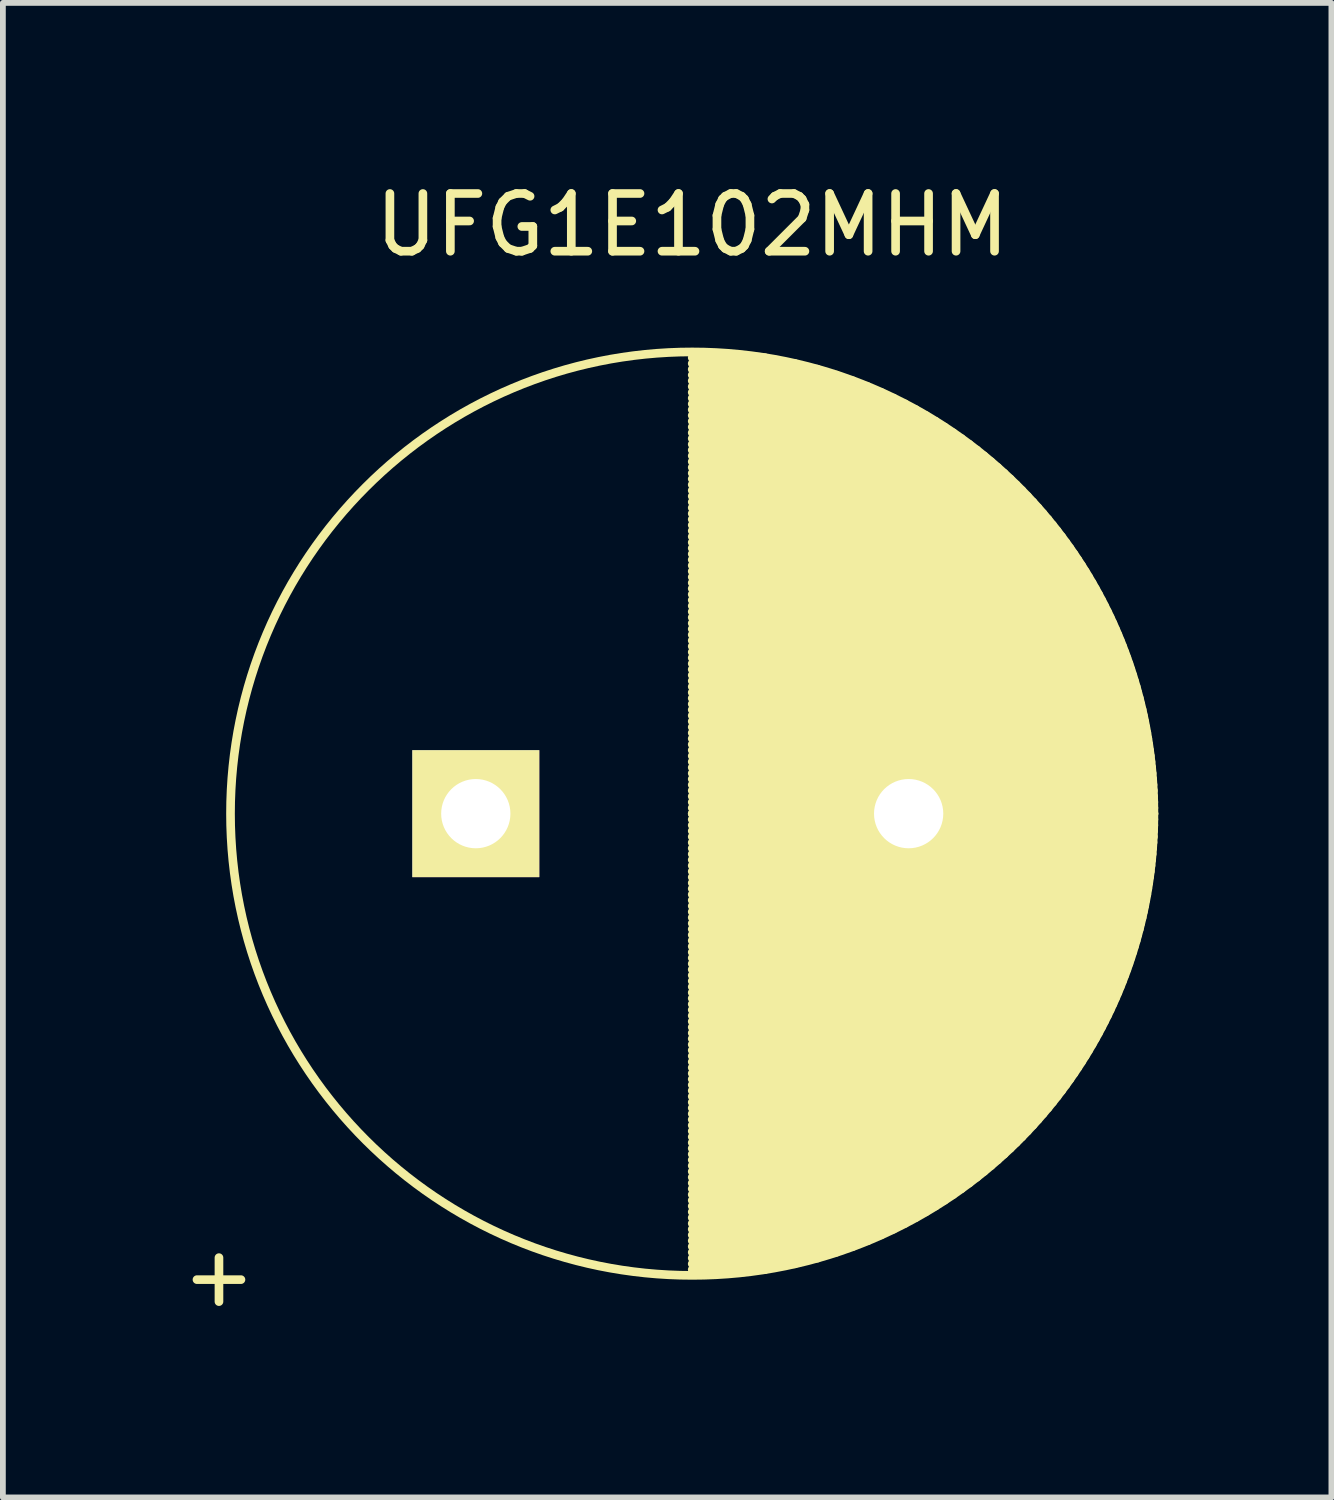
<source format=kicad_pcb>
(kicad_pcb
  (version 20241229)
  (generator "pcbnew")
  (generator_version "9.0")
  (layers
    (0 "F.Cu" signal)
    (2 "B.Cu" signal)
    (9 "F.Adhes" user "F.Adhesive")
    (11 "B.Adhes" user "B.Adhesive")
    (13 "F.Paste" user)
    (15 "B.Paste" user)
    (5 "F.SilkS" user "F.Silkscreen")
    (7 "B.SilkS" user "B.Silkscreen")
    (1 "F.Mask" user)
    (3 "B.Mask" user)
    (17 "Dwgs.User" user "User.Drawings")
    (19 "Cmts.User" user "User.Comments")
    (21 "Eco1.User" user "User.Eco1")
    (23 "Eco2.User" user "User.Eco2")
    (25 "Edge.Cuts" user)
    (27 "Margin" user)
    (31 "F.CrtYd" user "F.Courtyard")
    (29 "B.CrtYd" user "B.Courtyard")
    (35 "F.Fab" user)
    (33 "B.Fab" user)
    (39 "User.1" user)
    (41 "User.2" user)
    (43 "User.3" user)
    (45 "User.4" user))
  (footprint "UFG1E102MHM"
    (layer "F.Cu")
    (at 5.194 11.048)
    (property "Reference" "UFG1E102MHM" (at 3.75 -10.2 0) (layer "F.SilkS") (effects (font (size 1 1) (thickness 0.15))))
    (attr through_hole)
    (fp_line (start 3.75 -7.9) (end 5.011 -7.9) (stroke (width 0.15) (type solid)) (layer "F.SilkS"))
    (fp_line (start 3.75 -7.8) (end 5.528 -7.8) (stroke (width 0.15) (type solid)) (layer "F.SilkS"))
    (fp_line (start 3.75 -7.7) (end 5.92 -7.7) (stroke (width 0.15) (type solid)) (layer "F.SilkS"))
    (fp_line (start 3.75 -7.6) (end 6.248 -7.6) (stroke (width 0.15) (type solid)) (layer "F.SilkS"))
    (fp_line (start 3.75 -7.5) (end 6.534 -7.5) (stroke (width 0.15) (type solid)) (layer "F.SilkS"))
    (fp_line (start 3.75 -7.4) (end 6.79 -7.4) (stroke (width 0.15) (type solid)) (layer "F.SilkS"))
    (fp_line (start 3.75 -7.3) (end 7.023 -7.3) (stroke (width 0.15) (type solid)) (layer "F.SilkS"))
    (fp_line (start 3.75 -7.2) (end 7.237 -7.2) (stroke (width 0.15) (type solid)) (layer "F.SilkS"))
    (fp_line (start 3.75 -7.1) (end 7.436 -7.1) (stroke (width 0.15) (type solid)) (layer "F.SilkS"))
    (fp_line (start 3.75 -7) (end 7.623 -7) (stroke (width 0.15) (type solid)) (layer "F.SilkS"))
    (fp_line (start 3.75 -6.9) (end 7.798 -6.9) (stroke (width 0.15) (type solid)) (layer "F.SilkS"))
    (fp_line (start 3.75 -6.8) (end 7.964 -6.8) (stroke (width 0.15) (type solid)) (layer "F.SilkS"))
    (fp_line (start 3.75 -6.7) (end 8.121 -6.7) (stroke (width 0.15) (type solid)) (layer "F.SilkS"))
    (fp_line (start 3.75 -6.6) (end 8.271 -6.6) (stroke (width 0.15) (type solid)) (layer "F.SilkS"))
    (fp_line (start 3.75 -6.5) (end 8.414 -6.5) (stroke (width 0.15) (type solid)) (layer "F.SilkS"))
    (fp_line (start 3.75 -6.4) (end 8.55 -6.4) (stroke (width 0.15) (type solid)) (layer "F.SilkS"))
    (fp_line (start 3.75 -6.3) (end 8.681 -6.3) (stroke (width 0.15) (type solid)) (layer "F.SilkS"))
    (fp_line (start 3.75 -6.2) (end 8.806 -6.2) (stroke (width 0.15) (type solid)) (layer "F.SilkS"))
    (fp_line (start 3.75 -6.1) (end 8.926 -6.1) (stroke (width 0.15) (type solid)) (layer "F.SilkS"))
    (fp_line (start 3.75 -6) (end 9.042 -6) (stroke (width 0.15) (type solid)) (layer "F.SilkS"))
    (fp_line (start 3.75 -5.9) (end 9.153 -5.9) (stroke (width 0.15) (type solid)) (layer "F.SilkS"))
    (fp_line (start 3.75 -5.8) (end 9.26 -5.8) (stroke (width 0.15) (type solid)) (layer "F.SilkS"))
    (fp_line (start 3.75 -5.7) (end 9.363 -5.7) (stroke (width 0.15) (type solid)) (layer "F.SilkS"))
    (fp_line (start 3.75 -5.6) (end 9.463 -5.6) (stroke (width 0.15) (type solid)) (layer "F.SilkS"))
    (fp_line (start 3.75 -5.5) (end 9.559 -5.5) (stroke (width 0.15) (type solid)) (layer "F.SilkS"))
    (fp_line (start 3.75 -5.4) (end 9.653 -5.4) (stroke (width 0.15) (type solid)) (layer "F.SilkS"))
    (fp_line (start 3.75 -5.3) (end 9.742 -5.3) (stroke (width 0.15) (type solid)) (layer "F.SilkS"))
    (fp_line (start 3.75 -5.2) (end 9.829 -5.2) (stroke (width 0.15) (type solid)) (layer "F.SilkS"))
    (fp_line (start 3.75 -5.1) (end 9.914 -5.1) (stroke (width 0.15) (type solid)) (layer "F.SilkS"))
    (fp_line (start 3.75 -5) (end 9.995 -5) (stroke (width 0.15) (type solid)) (layer "F.SilkS"))
    (fp_line (start 3.75 -4.9) (end 10.074 -4.9) (stroke (width 0.15) (type solid)) (layer "F.SilkS"))
    (fp_line (start 3.75 -4.8) (end 10.15 -4.8) (stroke (width 0.15) (type solid)) (layer "F.SilkS"))
    (fp_line (start 3.75 -4.7) (end 10.224 -4.7) (stroke (width 0.15) (type solid)) (layer "F.SilkS"))
    (fp_line (start 3.75 -4.6) (end 10.295 -4.6) (stroke (width 0.15) (type solid)) (layer "F.SilkS"))
    (fp_line (start 3.75 -4.5) (end 10.364 -4.5) (stroke (width 0.15) (type solid)) (layer "F.SilkS"))
    (fp_line (start 3.75 -4.4) (end 10.431 -4.4) (stroke (width 0.15) (type solid)) (layer "F.SilkS"))
    (fp_line (start 3.75 -4.3) (end 10.496 -4.3) (stroke (width 0.15) (type solid)) (layer "F.SilkS"))
    (fp_line (start 3.75 -4.2) (end 10.559 -4.2) (stroke (width 0.15) (type solid)) (layer "F.SilkS"))
    (fp_line (start 3.75 -4.1) (end 10.619 -4.1) (stroke (width 0.15) (type solid)) (layer "F.SilkS"))
    (fp_line (start 3.75 -4) (end 10.678 -4) (stroke (width 0.15) (type solid)) (layer "F.SilkS"))
    (fp_line (start 3.75 -3.9) (end 10.735 -3.9) (stroke (width 0.15) (type solid)) (layer "F.SilkS"))
    (fp_line (start 3.75 -3.8) (end 10.79 -3.8) (stroke (width 0.15) (type solid)) (layer "F.SilkS"))
    (fp_line (start 3.75 -3.7) (end 10.843 -3.7) (stroke (width 0.15) (type solid)) (layer "F.SilkS"))
    (fp_line (start 3.75 -3.6) (end 10.894 -3.6) (stroke (width 0.15) (type solid)) (layer "F.SilkS"))
    (fp_line (start 3.75 -3.5) (end 10.944 -3.5) (stroke (width 0.15) (type solid)) (layer "F.SilkS"))
    (fp_line (start 3.75 -3.4) (end 10.992 -3.4) (stroke (width 0.15) (type solid)) (layer "F.SilkS"))
    (fp_line (start 3.75 -3.3) (end 11.038 -3.3) (stroke (width 0.15) (type solid)) (layer "F.SilkS"))
    (fp_line (start 3.75 -3.2) (end 11.082 -3.2) (stroke (width 0.15) (type solid)) (layer "F.SilkS"))
    (fp_line (start 3.75 -3.1) (end 11.125 -3.1) (stroke (width 0.15) (type solid)) (layer "F.SilkS"))
    (fp_line (start 3.75 -3) (end 11.166 -3) (stroke (width 0.15) (type solid)) (layer "F.SilkS"))
    (fp_line (start 3.75 -2.9) (end 11.206 -2.9) (stroke (width 0.15) (type solid)) (layer "F.SilkS"))
    (fp_line (start 3.75 -2.8) (end 11.244 -2.8) (stroke (width 0.15) (type solid)) (layer "F.SilkS"))
    (fp_line (start 3.75 -2.7) (end 11.281 -2.7) (stroke (width 0.15) (type solid)) (layer "F.SilkS"))
    (fp_line (start 3.75 -2.6) (end 11.316 -2.6) (stroke (width 0.15) (type solid)) (layer "F.SilkS"))
    (fp_line (start 3.75 -2.5) (end 11.349 -2.5) (stroke (width 0.15) (type solid)) (layer "F.SilkS"))
    (fp_line (start 3.75 -2.4) (end 11.382 -2.4) (stroke (width 0.15) (type solid)) (layer "F.SilkS"))
    (fp_line (start 3.75 -2.3) (end 11.412 -2.3) (stroke (width 0.15) (type solid)) (layer "F.SilkS"))
    (fp_line (start 3.75 -2.2) (end 11.442 -2.2) (stroke (width 0.15) (type solid)) (layer "F.SilkS"))
    (fp_line (start 3.75 -2.1) (end 11.469 -2.1) (stroke (width 0.15) (type solid)) (layer "F.SilkS"))
    (fp_line (start 3.75 -2) (end 11.496 -2) (stroke (width 0.15) (type solid)) (layer "F.SilkS"))
    (fp_line (start 3.75 -1.9) (end 11.521 -1.9) (stroke (width 0.15) (type solid)) (layer "F.SilkS"))
    (fp_line (start 3.75 -1.8) (end 11.545 -1.8) (stroke (width 0.15) (type solid)) (layer "F.SilkS"))
    (fp_line (start 3.75 -1.7) (end 11.567 -1.7) (stroke (width 0.15) (type solid)) (layer "F.SilkS"))
    (fp_line (start 3.75 -1.6) (end 11.588 -1.6) (stroke (width 0.15) (type solid)) (layer "F.SilkS"))
    (fp_line (start 3.75 -1.5) (end 11.608 -1.5) (stroke (width 0.15) (type solid)) (layer "F.SilkS"))
    (fp_line (start 3.75 -1.4) (end 11.627 -1.4) (stroke (width 0.15) (type solid)) (layer "F.SilkS"))
    (fp_line (start 3.75 -1.3) (end 11.644 -1.3) (stroke (width 0.15) (type solid)) (layer "F.SilkS"))
    (fp_line (start 3.75 -1.2) (end 11.659 -1.2) (stroke (width 0.15) (type solid)) (layer "F.SilkS"))
    (fp_line (start 3.75 -1.1) (end 11.674 -1.1) (stroke (width 0.15) (type solid)) (layer "F.SilkS"))
    (fp_line (start 3.75 -1) (end 11.687 -1) (stroke (width 0.15) (type solid)) (layer "F.SilkS"))
    (fp_line (start 3.75 -0.9) (end 11.699 -0.9) (stroke (width 0.15) (type solid)) (layer "F.SilkS"))
    (fp_line (start 3.75 -0.8) (end 11.71 -0.8) (stroke (width 0.15) (type solid)) (layer "F.SilkS"))
    (fp_line (start 3.75 -0.7) (end 11.719 -0.7) (stroke (width 0.15) (type solid)) (layer "F.SilkS"))
    (fp_line (start 3.75 -0.6) (end 11.727 -0.6) (stroke (width 0.15) (type solid)) (layer "F.SilkS"))
    (fp_line (start 3.75 -0.5) (end 11.734 -0.5) (stroke (width 0.15) (type solid)) (layer "F.SilkS"))
    (fp_line (start 3.75 -0.4) (end 11.74 -0.4) (stroke (width 0.15) (type solid)) (layer "F.SilkS"))
    (fp_line (start 3.75 -0.3) (end 11.744 -0.3) (stroke (width 0.15) (type solid)) (layer "F.SilkS"))
    (fp_line (start 3.75 -0.2) (end 11.748 -0.2) (stroke (width 0.15) (type solid)) (layer "F.SilkS"))
    (fp_line (start 3.75 -0.1) (end 11.749 -0.1) (stroke (width 0.15) (type solid)) (layer "F.SilkS"))
    (fp_line (start 3.75 0) (end 11.75 0) (stroke (width 0.15) (type solid)) (layer "F.SilkS"))
    (fp_line (start 3.75 0) (end 11.75 0) (stroke (width 0.15) (type solid)) (layer "F.SilkS"))
    (fp_line (start 3.75 0.1) (end 11.749 0.1) (stroke (width 0.15) (type solid)) (layer "F.SilkS"))
    (fp_line (start 3.75 0.2) (end 11.748 0.2) (stroke (width 0.15) (type solid)) (layer "F.SilkS"))
    (fp_line (start 3.75 0.3) (end 11.744 0.3) (stroke (width 0.15) (type solid)) (layer "F.SilkS"))
    (fp_line (start 3.75 0.4) (end 11.74 0.4) (stroke (width 0.15) (type solid)) (layer "F.SilkS"))
    (fp_line (start 3.75 0.5) (end 11.734 0.5) (stroke (width 0.15) (type solid)) (layer "F.SilkS"))
    (fp_line (start 3.75 0.6) (end 11.727 0.6) (stroke (width 0.15) (type solid)) (layer "F.SilkS"))
    (fp_line (start 3.75 0.7) (end 11.719 0.7) (stroke (width 0.15) (type solid)) (layer "F.SilkS"))
    (fp_line (start 3.75 0.8) (end 11.71 0.8) (stroke (width 0.15) (type solid)) (layer "F.SilkS"))
    (fp_line (start 3.75 0.9) (end 11.699 0.9) (stroke (width 0.15) (type solid)) (layer "F.SilkS"))
    (fp_line (start 3.75 1) (end 11.687 1) (stroke (width 0.15) (type solid)) (layer "F.SilkS"))
    (fp_line (start 3.75 1.1) (end 11.674 1.1) (stroke (width 0.15) (type solid)) (layer "F.SilkS"))
    (fp_line (start 3.75 1.2) (end 11.659 1.2) (stroke (width 0.15) (type solid)) (layer "F.SilkS"))
    (fp_line (start 3.75 1.3) (end 11.644 1.3) (stroke (width 0.15) (type solid)) (layer "F.SilkS"))
    (fp_line (start 3.75 1.4) (end 11.627 1.4) (stroke (width 0.15) (type solid)) (layer "F.SilkS"))
    (fp_line (start 3.75 1.5) (end 11.608 1.5) (stroke (width 0.15) (type solid)) (layer "F.SilkS"))
    (fp_line (start 3.75 1.6) (end 11.588 1.6) (stroke (width 0.15) (type solid)) (layer "F.SilkS"))
    (fp_line (start 3.75 1.7) (end 11.567 1.7) (stroke (width 0.15) (type solid)) (layer "F.SilkS"))
    (fp_line (start 3.75 1.8) (end 11.545 1.8) (stroke (width 0.15) (type solid)) (layer "F.SilkS"))
    (fp_line (start 3.75 1.9) (end 11.521 1.9) (stroke (width 0.15) (type solid)) (layer "F.SilkS"))
    (fp_line (start 3.75 2) (end 11.496 2) (stroke (width 0.15) (type solid)) (layer "F.SilkS"))
    (fp_line (start 3.75 2.1) (end 11.469 2.1) (stroke (width 0.15) (type solid)) (layer "F.SilkS"))
    (fp_line (start 3.75 2.2) (end 11.442 2.2) (stroke (width 0.15) (type solid)) (layer "F.SilkS"))
    (fp_line (start 3.75 2.3) (end 11.412 2.3) (stroke (width 0.15) (type solid)) (layer "F.SilkS"))
    (fp_line (start 3.75 2.4) (end 11.382 2.4) (stroke (width 0.15) (type solid)) (layer "F.SilkS"))
    (fp_line (start 3.75 2.5) (end 11.349 2.5) (stroke (width 0.15) (type solid)) (layer "F.SilkS"))
    (fp_line (start 3.75 2.6) (end 11.316 2.6) (stroke (width 0.15) (type solid)) (layer "F.SilkS"))
    (fp_line (start 3.75 2.7) (end 11.281 2.7) (stroke (width 0.15) (type solid)) (layer "F.SilkS"))
    (fp_line (start 3.75 2.8) (end 11.244 2.8) (stroke (width 0.15) (type solid)) (layer "F.SilkS"))
    (fp_line (start 3.75 2.9) (end 11.206 2.9) (stroke (width 0.15) (type solid)) (layer "F.SilkS"))
    (fp_line (start 3.75 3) (end 11.166 3) (stroke (width 0.15) (type solid)) (layer "F.SilkS"))
    (fp_line (start 3.75 3.1) (end 11.125 3.1) (stroke (width 0.15) (type solid)) (layer "F.SilkS"))
    (fp_line (start 3.75 3.2) (end 11.082 3.2) (stroke (width 0.15) (type solid)) (layer "F.SilkS"))
    (fp_line (start 3.75 3.3) (end 11.038 3.3) (stroke (width 0.15) (type solid)) (layer "F.SilkS"))
    (fp_line (start 3.75 3.4) (end 10.992 3.4) (stroke (width 0.15) (type solid)) (layer "F.SilkS"))
    (fp_line (start 3.75 3.5) (end 10.944 3.5) (stroke (width 0.15) (type solid)) (layer "F.SilkS"))
    (fp_line (start 3.75 3.6) (end 10.894 3.6) (stroke (width 0.15) (type solid)) (layer "F.SilkS"))
    (fp_line (start 3.75 3.7) (end 10.843 3.7) (stroke (width 0.15) (type solid)) (layer "F.SilkS"))
    (fp_line (start 3.75 3.8) (end 10.79 3.8) (stroke (width 0.15) (type solid)) (layer "F.SilkS"))
    (fp_line (start 3.75 3.9) (end 10.735 3.9) (stroke (width 0.15) (type solid)) (layer "F.SilkS"))
    (fp_line (start 3.75 4) (end 10.678 4) (stroke (width 0.15) (type solid)) (layer "F.SilkS"))
    (fp_line (start 3.75 4.1) (end 10.619 4.1) (stroke (width 0.15) (type solid)) (layer "F.SilkS"))
    (fp_line (start 3.75 4.2) (end 10.559 4.2) (stroke (width 0.15) (type solid)) (layer "F.SilkS"))
    (fp_line (start 3.75 4.3) (end 10.496 4.3) (stroke (width 0.15) (type solid)) (layer "F.SilkS"))
    (fp_line (start 3.75 4.4) (end 10.431 4.4) (stroke (width 0.15) (type solid)) (layer "F.SilkS"))
    (fp_line (start 3.75 4.5) (end 10.364 4.5) (stroke (width 0.15) (type solid)) (layer "F.SilkS"))
    (fp_line (start 3.75 4.6) (end 10.295 4.6) (stroke (width 0.15) (type solid)) (layer "F.SilkS"))
    (fp_line (start 3.75 4.7) (end 10.224 4.7) (stroke (width 0.15) (type solid)) (layer "F.SilkS"))
    (fp_line (start 3.75 4.8) (end 10.15 4.8) (stroke (width 0.15) (type solid)) (layer "F.SilkS"))
    (fp_line (start 3.75 4.9) (end 10.074 4.9) (stroke (width 0.15) (type solid)) (layer "F.SilkS"))
    (fp_line (start 3.75 5) (end 9.995 5) (stroke (width 0.15) (type solid)) (layer "F.SilkS"))
    (fp_line (start 3.75 5.1) (end 9.914 5.1) (stroke (width 0.15) (type solid)) (layer "F.SilkS"))
    (fp_line (start 3.75 5.2) (end 9.829 5.2) (stroke (width 0.15) (type solid)) (layer "F.SilkS"))
    (fp_line (start 3.75 5.3) (end 9.742 5.3) (stroke (width 0.15) (type solid)) (layer "F.SilkS"))
    (fp_line (start 3.75 5.4) (end 9.653 5.4) (stroke (width 0.15) (type solid)) (layer "F.SilkS"))
    (fp_line (start 3.75 5.5) (end 9.559 5.5) (stroke (width 0.15) (type solid)) (layer "F.SilkS"))
    (fp_line (start 3.75 5.6) (end 9.463 5.6) (stroke (width 0.15) (type solid)) (layer "F.SilkS"))
    (fp_line (start 3.75 5.7) (end 9.363 5.7) (stroke (width 0.15) (type solid)) (layer "F.SilkS"))
    (fp_line (start 3.75 5.8) (end 9.26 5.8) (stroke (width 0.15) (type solid)) (layer "F.SilkS"))
    (fp_line (start 3.75 5.9) (end 9.153 5.9) (stroke (width 0.15) (type solid)) (layer "F.SilkS"))
    (fp_line (start 3.75 6) (end 9.042 6) (stroke (width 0.15) (type solid)) (layer "F.SilkS"))
    (fp_line (start 3.75 6.1) (end 8.926 6.1) (stroke (width 0.15) (type solid)) (layer "F.SilkS"))
    (fp_line (start 3.75 6.2) (end 8.806 6.2) (stroke (width 0.15) (type solid)) (layer "F.SilkS"))
    (fp_line (start 3.75 6.3) (end 8.681 6.3) (stroke (width 0.15) (type solid)) (layer "F.SilkS"))
    (fp_line (start 3.75 6.4) (end 8.55 6.4) (stroke (width 0.15) (type solid)) (layer "F.SilkS"))
    (fp_line (start 3.75 6.5) (end 8.414 6.5) (stroke (width 0.15) (type solid)) (layer "F.SilkS"))
    (fp_line (start 3.75 6.6) (end 8.271 6.6) (stroke (width 0.15) (type solid)) (layer "F.SilkS"))
    (fp_line (start 3.75 6.7) (end 8.121 6.7) (stroke (width 0.15) (type solid)) (layer "F.SilkS"))
    (fp_line (start 3.75 6.8) (end 7.964 6.8) (stroke (width 0.15) (type solid)) (layer "F.SilkS"))
    (fp_line (start 3.75 6.9) (end 7.798 6.9) (stroke (width 0.15) (type solid)) (layer "F.SilkS"))
    (fp_line (start 3.75 7) (end 7.623 7) (stroke (width 0.15) (type solid)) (layer "F.SilkS"))
    (fp_line (start 3.75 7.1) (end 7.436 7.1) (stroke (width 0.15) (type solid)) (layer "F.SilkS"))
    (fp_line (start 3.75 7.2) (end 7.237 7.2) (stroke (width 0.15) (type solid)) (layer "F.SilkS"))
    (fp_line (start 3.75 7.3) (end 7.023 7.3) (stroke (width 0.15) (type solid)) (layer "F.SilkS"))
    (fp_line (start 3.75 7.4) (end 6.79 7.4) (stroke (width 0.15) (type solid)) (layer "F.SilkS"))
    (fp_line (start 3.75 7.5) (end 6.534 7.5) (stroke (width 0.15) (type solid)) (layer "F.SilkS"))
    (fp_line (start 3.75 7.6) (end 6.248 7.6) (stroke (width 0.15) (type solid)) (layer "F.SilkS"))
    (fp_line (start 3.75 7.7) (end 5.92 7.7) (stroke (width 0.15) (type solid)) (layer "F.SilkS"))
    (fp_line (start 3.75 7.8) (end 5.528 7.8) (stroke (width 0.15) (type solid)) (layer "F.SilkS"))
    (fp_line (start 3.75 7.9) (end 5.011 7.9) (stroke (width 0.15) (type solid)) (layer "F.SilkS"))
    (fp_circle (center 3.75 0) (end 3.75 -8) (stroke (width 0.15) (type solid)) (fill no) (layer "F.SilkS"))
    (fp_text user "+" (at -4.45 8 0) (layer "F.SilkS") (effects (font (size 1 1) (thickness 0.15))))
    (pad "1" thru_hole rect (at 0 0) (size 2.2 2.2) (drill 1.2) (layers "*.Cu" "*.Mask" "F.SilkS"))
    (pad "2" thru_hole circle (at 7.5 0) (size 2.2 2.2) (drill 1.2) (layers "*.Cu" "*.Mask" "F.SilkS")))
  (gr_rect
    (start -3 -3)
    (end 20.019 22.896)
    (stroke (width 0.1) (type default))
    (fill no)
    (layer "Edge.Cuts")))
</source>
